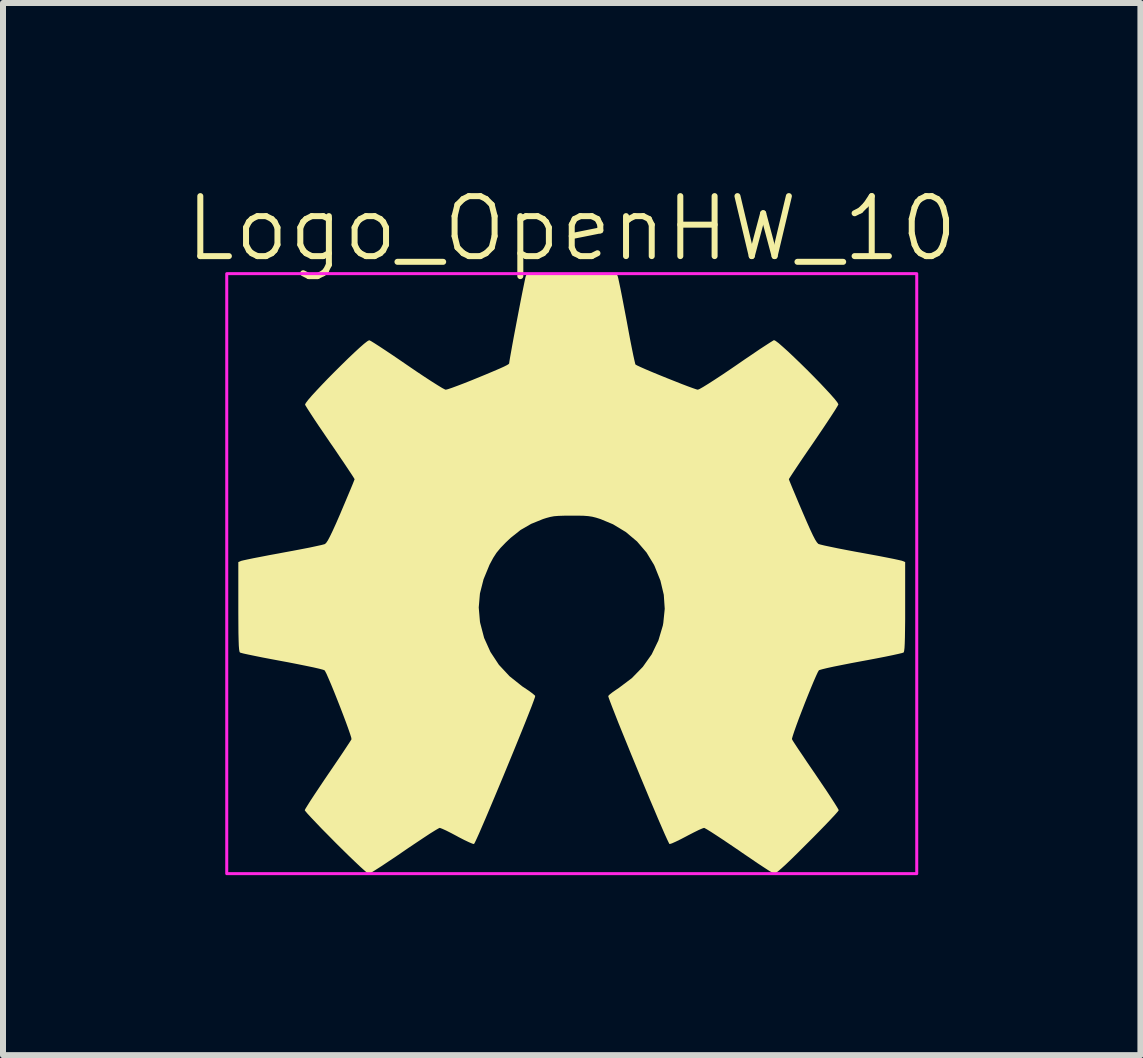
<source format=kicad_pcb>
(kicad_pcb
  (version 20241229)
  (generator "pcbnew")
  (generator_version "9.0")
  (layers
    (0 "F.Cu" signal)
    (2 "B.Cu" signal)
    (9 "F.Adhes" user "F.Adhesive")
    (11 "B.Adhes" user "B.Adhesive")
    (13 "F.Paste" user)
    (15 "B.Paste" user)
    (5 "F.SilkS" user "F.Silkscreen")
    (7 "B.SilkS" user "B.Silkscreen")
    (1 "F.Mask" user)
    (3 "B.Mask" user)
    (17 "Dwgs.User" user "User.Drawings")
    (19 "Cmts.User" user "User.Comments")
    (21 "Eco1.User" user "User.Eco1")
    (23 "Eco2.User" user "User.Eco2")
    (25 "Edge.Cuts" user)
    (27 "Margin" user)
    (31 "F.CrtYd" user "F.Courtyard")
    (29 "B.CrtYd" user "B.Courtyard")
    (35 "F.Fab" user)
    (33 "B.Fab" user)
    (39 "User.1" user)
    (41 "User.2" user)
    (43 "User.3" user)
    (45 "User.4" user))
  (footprint "Logo_OpenHW_10"
    (layer "F.Cu")
    (at 6.479 6.511)
    (property "Reference" "Logo_OpenHW_10" (at 0 -5.75 0) (unlocked yes) (layer "F.SilkS") (effects (font (size 1 1) (thickness 0.1))))
    (attr smd exclude_from_pos_files exclude_from_bom)
    (fp_poly (pts (xy 0.767 -4.955) (xy 0.775 -4.924) (xy 0.79 -4.855) (xy 0.811 -4.755) (xy 0.836 -4.629) (xy 0.864 -4.483) (xy 0.895 -4.321) (xy 0.917 -4.205) (xy 0.948 -4.037) (xy 0.977 -3.883) (xy 1.004 -3.747) (xy 1.027 -3.634) (xy 1.046 -3.549) (xy 1.058 -3.498) (xy 1.063 -3.485) (xy 1.09 -3.47) (xy 1.15 -3.442) (xy 1.236 -3.404) (xy 1.342 -3.359) (xy 1.461 -3.31) (xy 1.587 -3.259) (xy 1.713 -3.209) (xy 1.831 -3.162) (xy 1.936 -3.122) (xy 2.021 -3.091) (xy 2.079 -3.071) (xy 2.102 -3.066) (xy 2.131 -3.078) (xy 2.191 -3.112) (xy 2.277 -3.165) (xy 2.386 -3.235) (xy 2.514 -3.319) (xy 2.656 -3.415) (xy 2.741 -3.473) (xy 2.883 -3.571) (xy 3.015 -3.66) (xy 3.132 -3.74) (xy 3.232 -3.805) (xy 3.308 -3.854) (xy 3.356 -3.884) (xy 3.371 -3.892) (xy 3.397 -3.88) (xy 3.448 -3.842) (xy 3.519 -3.78) (xy 3.607 -3.701) (xy 3.706 -3.607) (xy 3.814 -3.503) (xy 3.925 -3.394) (xy 4.035 -3.283) (xy 4.14 -3.175) (xy 4.236 -3.073) (xy 4.319 -2.983) (xy 4.384 -2.909) (xy 4.427 -2.854) (xy 4.444 -2.823) (xy 4.444 -2.821) (xy 4.43 -2.794) (xy 4.395 -2.736) (xy 4.341 -2.652) (xy 4.272 -2.547) (xy 4.19 -2.424) (xy 4.098 -2.288) (xy 4.028 -2.185) (xy 3.931 -2.044) (xy 3.842 -1.914) (xy 3.765 -1.799) (xy 3.701 -1.703) (xy 3.654 -1.631) (xy 3.626 -1.587) (xy 3.619 -1.575) (xy 3.627 -1.551) (xy 3.65 -1.494) (xy 3.685 -1.409) (xy 3.731 -1.3) (xy 3.784 -1.173) (xy 3.841 -1.04) (xy 3.914 -0.871) (xy 3.973 -0.738) (xy 4.02 -0.638) (xy 4.057 -0.567) (xy 4.086 -0.522) (xy 4.108 -0.498) (xy 4.112 -0.495) (xy 4.145 -0.485) (xy 4.215 -0.468) (xy 4.315 -0.447) (xy 4.44 -0.421) (xy 4.585 -0.393) (xy 4.744 -0.363) (xy 4.812 -0.351) (xy 4.975 -0.321) (xy 5.126 -0.293) (xy 5.259 -0.267) (xy 5.37 -0.245) (xy 5.452 -0.227) (xy 5.5 -0.216) (xy 5.509 -0.213) (xy 5.557 -0.193) (xy 5.557 0.55) (xy 5.557 0.76) (xy 5.555 0.93) (xy 5.553 1.065) (xy 5.55 1.166) (xy 5.546 1.239) (xy 5.54 1.286) (xy 5.534 1.31) (xy 5.53 1.314) (xy 5.504 1.323) (xy 5.44 1.338) (xy 5.345 1.359) (xy 5.224 1.384) (xy 5.081 1.412) (xy 4.923 1.442) (xy 4.825 1.46) (xy 4.659 1.491) (xy 4.507 1.521) (xy 4.372 1.548) (xy 4.261 1.572) (xy 4.179 1.592) (xy 4.13 1.606) (xy 4.119 1.611) (xy 4.102 1.64) (xy 4.073 1.702) (xy 4.034 1.791) (xy 3.989 1.899) (xy 3.939 2.022) (xy 3.887 2.152) (xy 3.836 2.284) (xy 3.787 2.411) (xy 3.744 2.528) (xy 3.709 2.627) (xy 3.684 2.703) (xy 3.671 2.749) (xy 3.671 2.759) (xy 3.685 2.785) (xy 3.721 2.841) (xy 3.775 2.923) (xy 3.845 3.026) (xy 3.926 3.147) (xy 4.017 3.28) (xy 4.067 3.353) (xy 4.16 3.491) (xy 4.246 3.618) (xy 4.32 3.731) (xy 4.38 3.824) (xy 4.423 3.893) (xy 4.446 3.934) (xy 4.45 3.942) (xy 4.435 3.964) (xy 4.394 4.011) (xy 4.329 4.081) (xy 4.244 4.171) (xy 4.143 4.275) (xy 4.029 4.391) (xy 3.93 4.49) (xy 3.783 4.637) (xy 3.663 4.755) (xy 3.567 4.847) (xy 3.492 4.915) (xy 3.438 4.961) (xy 3.4 4.989) (xy 3.376 4.999) (xy 3.37 4.999) (xy 3.343 4.984) (xy 3.285 4.949) (xy 3.202 4.895) (xy 3.097 4.826) (xy 2.977 4.744) (xy 2.844 4.654) (xy 2.784 4.612) (xy 2.648 4.52) (xy 2.522 4.435) (xy 2.411 4.362) (xy 2.32 4.303) (xy 2.252 4.261) (xy 2.212 4.239) (xy 2.205 4.237) (xy 2.175 4.247) (xy 2.115 4.273) (xy 2.034 4.313) (xy 1.939 4.362) (xy 1.913 4.376) (xy 1.817 4.426) (xy 1.733 4.467) (xy 1.67 4.495) (xy 1.634 4.506) (xy 1.629 4.506) (xy 1.617 4.485) (xy 1.59 4.429) (xy 1.55 4.341) (xy 1.5 4.226) (xy 1.44 4.088) (xy 1.374 3.931) (xy 1.301 3.76) (xy 1.225 3.577) (xy 1.146 3.388) (xy 1.067 3.196) (xy 0.989 3.007) (xy 0.914 2.822) (xy 0.843 2.648) (xy 0.778 2.488) (xy 0.722 2.345) (xy 0.675 2.225) (xy 0.639 2.131) (xy 0.616 2.068) (xy 0.608 2.039) (xy 0.609 2.038) (xy 0.63 2.016) (xy 0.679 1.977) (xy 0.747 1.93) (xy 0.783 1.906) (xy 1.002 1.741) (xy 1.185 1.553) (xy 1.333 1.344) (xy 1.444 1.114) (xy 1.518 0.866) (xy 1.526 0.821) (xy 1.55 0.586) (xy 1.534 0.352) (xy 1.478 0.116) (xy 1.381 -0.126) (xy 1.37 -0.149) (xy 1.246 -0.353) (xy 1.088 -0.537) (xy 0.901 -0.694) (xy 0.688 -0.823) (xy 0.479 -0.91) (xy 0.406 -0.933) (xy 0.342 -0.949) (xy 0.276 -0.959) (xy 0.197 -0.965) (xy 0.094 -0.967) (xy 0 -0.967) (xy -0.127 -0.966) (xy -0.222 -0.963) (xy -0.296 -0.957) (xy -0.36 -0.945) (xy -0.426 -0.927) (xy -0.479 -0.91) (xy -0.676 -0.83) (xy -0.853 -0.728) (xy -1.02 -0.595) (xy -1.098 -0.521) (xy -1.187 -0.429) (xy -1.254 -0.348) (xy -1.309 -0.263) (xy -1.364 -0.16) (xy -1.37 -0.149) (xy -1.47 0.094) (xy -1.53 0.33) (xy -1.55 0.564) (xy -1.53 0.799) (xy -1.526 0.821) (xy -1.46 1.072) (xy -1.355 1.305) (xy -1.214 1.519) (xy -1.036 1.71) (xy -0.824 1.879) (xy -0.783 1.906) (xy -0.71 1.955) (xy -0.651 1.999) (xy -0.615 2.03) (xy -0.609 2.038) (xy -0.614 2.062) (xy -0.635 2.121) (xy -0.669 2.212) (xy -0.715 2.329) (xy -0.77 2.468) (xy -0.834 2.627) (xy -0.904 2.799) (xy -0.979 2.983) (xy -1.057 3.172) (xy -1.136 3.364) (xy -1.215 3.553) (xy -1.292 3.737) (xy -1.365 3.91) (xy -1.432 4.069) (xy -1.493 4.21) (xy -1.544 4.328) (xy -1.585 4.419) (xy -1.614 4.48) (xy -1.629 4.506) (xy -1.63 4.506) (xy -1.656 4.5) (xy -1.713 4.476) (xy -1.791 4.439) (xy -1.884 4.391) (xy -1.911 4.376) (xy -2.007 4.325) (xy -2.092 4.282) (xy -2.158 4.252) (xy -2.196 4.238) (xy -2.201 4.237) (xy -2.226 4.249) (xy -2.282 4.282) (xy -2.364 4.333) (xy -2.467 4.401) (xy -2.587 4.481) (xy -2.72 4.57) (xy -2.793 4.62) (xy -2.93 4.714) (xy -3.058 4.799) (xy -3.17 4.874) (xy -3.264 4.934) (xy -3.333 4.977) (xy -3.375 5) (xy -3.384 5.003) (xy -3.407 4.989) (xy -3.455 4.947) (xy -3.526 4.883) (xy -3.616 4.798) (xy -3.721 4.697) (xy -3.837 4.583) (xy -3.934 4.487) (xy -4.055 4.364) (xy -4.167 4.251) (xy -4.264 4.149) (xy -4.345 4.064) (xy -4.405 3.999) (xy -4.441 3.956) (xy -4.45 3.942) (xy -4.438 3.918) (xy -4.405 3.864) (xy -4.354 3.783) (xy -4.287 3.681) (xy -4.207 3.561) (xy -4.118 3.428) (xy -4.067 3.353) (xy -3.973 3.215) (xy -3.886 3.087) (xy -3.81 2.974) (xy -3.748 2.88) (xy -3.702 2.81) (xy -3.675 2.768) (xy -3.671 2.759) (xy -3.675 2.732) (xy -3.694 2.672) (xy -3.724 2.585) (xy -3.763 2.477) (xy -3.809 2.355) (xy -3.859 2.225) (xy -3.911 2.093) (xy -3.962 1.965) (xy -4.01 1.848) (xy -4.053 1.748) (xy -4.087 1.67) (xy -4.112 1.622) (xy -4.12 1.611) (xy -4.146 1.601) (xy -4.21 1.584) (xy -4.305 1.562) (xy -4.426 1.537) (xy -4.569 1.508) (xy -4.727 1.477) (xy -4.825 1.459) (xy -4.99 1.428) (xy -5.143 1.399) (xy -5.277 1.372) (xy -5.388 1.349) (xy -5.471 1.331) (xy -5.519 1.318) (xy -5.53 1.314) (xy -5.538 1.298) (xy -5.544 1.261) (xy -5.549 1.2) (xy -5.552 1.111) (xy -5.555 0.991) (xy -5.556 0.836) (xy -5.557 0.644) (xy -5.557 0.55) (xy -5.557 -0.193) (xy -5.509 -0.213) (xy -5.477 -0.221) (xy -5.408 -0.236) (xy -5.308 -0.257) (xy -5.183 -0.281) (xy -5.039 -0.309) (xy -4.88 -0.338) (xy -4.812 -0.351) (xy -4.649 -0.381) (xy -4.497 -0.41) (xy -4.363 -0.436) (xy -4.252 -0.46) (xy -4.17 -0.478) (xy -4.121 -0.491) (xy -4.112 -0.495) (xy -4.092 -0.514) (xy -4.065 -0.554) (xy -4.03 -0.62) (xy -3.985 -0.713) (xy -3.928 -0.838) (xy -3.858 -0.999) (xy -3.841 -1.04) (xy -3.782 -1.179) (xy -3.729 -1.305) (xy -3.684 -1.412) (xy -3.649 -1.497) (xy -3.627 -1.553) (xy -3.619 -1.574) (xy -3.631 -1.595) (xy -3.664 -1.647) (xy -3.716 -1.725) (xy -3.783 -1.826) (xy -3.864 -1.945) (xy -3.954 -2.079) (xy -4.027 -2.184) (xy -4.124 -2.327) (xy -4.214 -2.459) (xy -4.293 -2.577) (xy -4.358 -2.677) (xy -4.407 -2.753) (xy -4.437 -2.802) (xy -4.445 -2.817) (xy -4.433 -2.843) (xy -4.395 -2.894) (xy -4.334 -2.965) (xy -4.254 -3.052) (xy -4.16 -3.152) (xy -4.057 -3.259) (xy -3.947 -3.37) (xy -3.836 -3.48) (xy -3.728 -3.586) (xy -3.627 -3.682) (xy -3.537 -3.765) (xy -3.463 -3.83) (xy -3.408 -3.873) (xy -3.377 -3.89) (xy -3.375 -3.89) (xy -3.347 -3.877) (xy -3.29 -3.842) (xy -3.206 -3.788) (xy -3.1 -3.718) (xy -2.977 -3.636) (xy -2.842 -3.544) (xy -2.74 -3.474) (xy -2.589 -3.371) (xy -2.451 -3.279) (xy -2.331 -3.201) (xy -2.231 -3.138) (xy -2.157 -3.093) (xy -2.111 -3.069) (xy -2.099 -3.066) (xy -2.066 -3.074) (xy -2 -3.096) (xy -1.908 -3.13) (xy -1.795 -3.173) (xy -1.669 -3.223) (xy -1.608 -3.248) (xy -1.44 -3.317) (xy -1.307 -3.373) (xy -1.206 -3.416) (xy -1.133 -3.449) (xy -1.085 -3.473) (xy -1.056 -3.49) (xy -1.044 -3.502) (xy -1.043 -3.506) (xy -1.039 -3.536) (xy -1.028 -3.602) (xy -1.011 -3.697) (xy -0.99 -3.815) (xy -0.965 -3.951) (xy -0.937 -4.098) (xy -0.908 -4.251) (xy -0.879 -4.402) (xy -0.851 -4.547) (xy -0.825 -4.679) (xy -0.802 -4.792) (xy -0.784 -4.88) (xy -0.772 -4.937) (xy -0.767 -4.955) (xy -0.746 -5.003) (xy 0 -5.003) (xy 0.746 -5.003)) (stroke (width 0) (type solid)) (fill yes) (layer "F.SilkS"))
    (fp_rect (start -5.75 -5) (end 5.75 5) (stroke (width 0.05) (type default)) (fill no) (layer "F.CrtYd")))
  (gr_rect
    (start -3 -3)
    (end 15.957 14.536)
    (stroke (width 0.1) (type default))
    (fill no)
    (layer "Edge.Cuts")))
</source>
